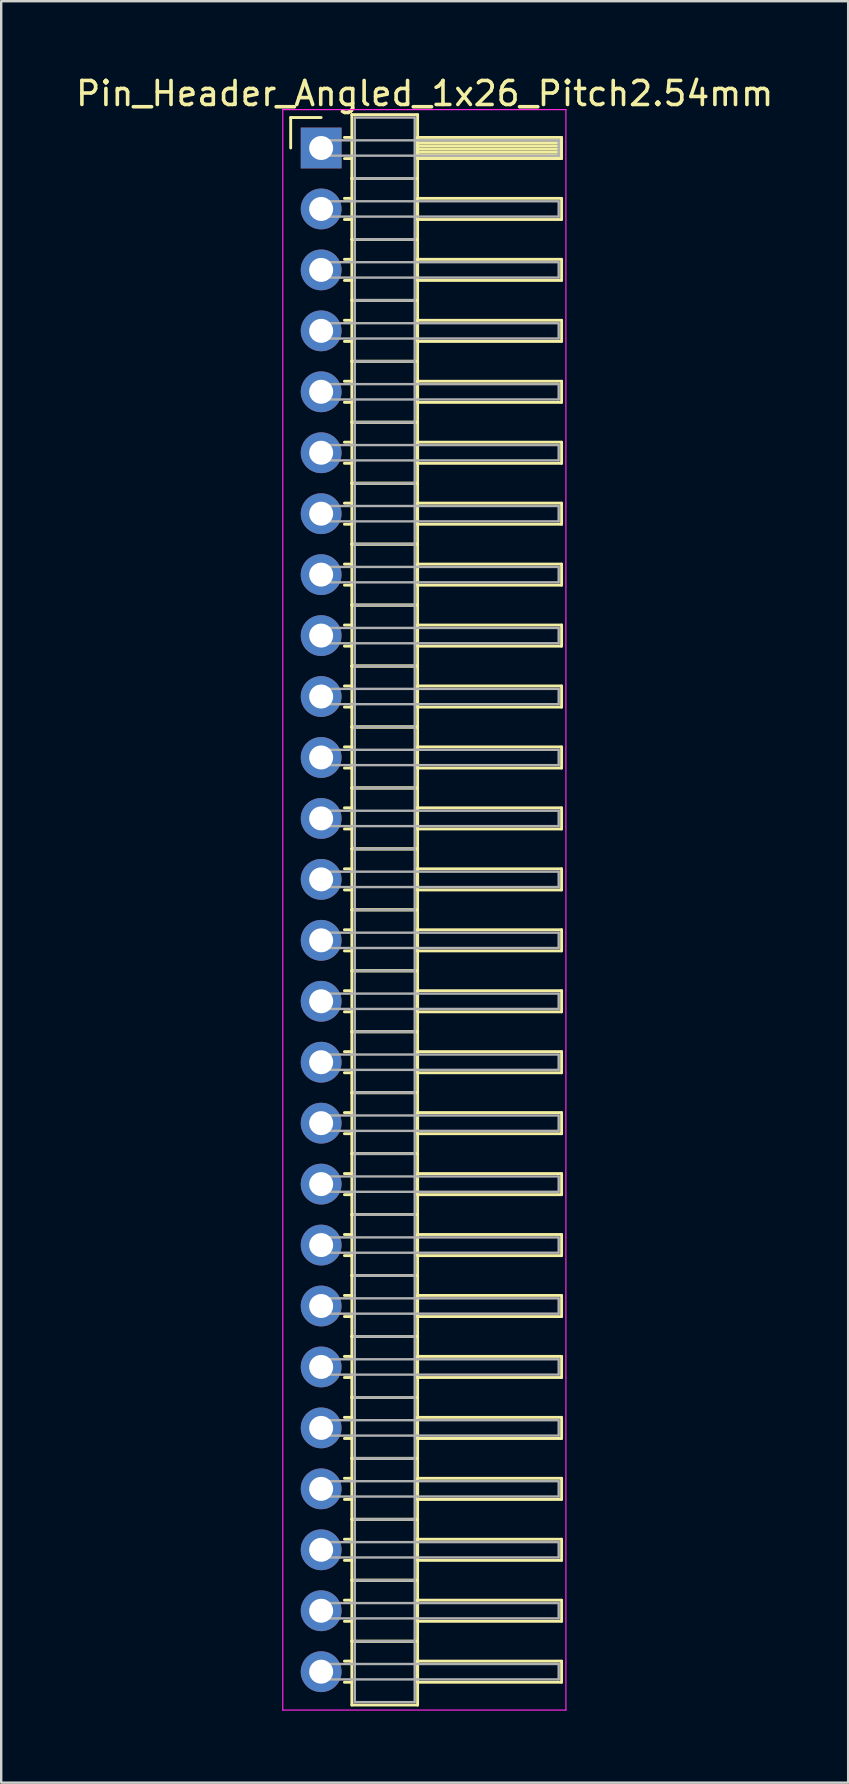
<source format=kicad_pcb>
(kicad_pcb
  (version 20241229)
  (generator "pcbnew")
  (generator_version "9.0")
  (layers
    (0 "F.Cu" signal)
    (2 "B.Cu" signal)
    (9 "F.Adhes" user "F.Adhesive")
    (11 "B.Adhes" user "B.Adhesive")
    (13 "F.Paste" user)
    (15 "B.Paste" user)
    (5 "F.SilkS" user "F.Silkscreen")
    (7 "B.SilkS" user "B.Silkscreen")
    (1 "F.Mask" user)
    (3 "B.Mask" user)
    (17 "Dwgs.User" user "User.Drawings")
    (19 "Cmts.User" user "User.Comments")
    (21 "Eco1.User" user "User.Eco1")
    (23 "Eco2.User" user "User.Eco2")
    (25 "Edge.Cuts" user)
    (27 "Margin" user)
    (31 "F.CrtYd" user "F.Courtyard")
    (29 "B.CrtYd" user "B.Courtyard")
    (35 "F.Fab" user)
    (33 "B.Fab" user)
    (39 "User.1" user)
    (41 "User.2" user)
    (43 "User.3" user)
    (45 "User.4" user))
  (footprint "Pin_Header_Angled_1x26_Pitch2.54mm"
    (layer "F.Cu")
    (at 10.334 3.118)
    (property "Reference" "Pin_Header_Angled_1x26_Pitch2.54mm" (at 4.315 -2.27 0) (layer "F.SilkS") (effects (font (size 1 1) (thickness 0.15))))
    (attr through_hole)
    (fp_line (start -1.27 -1.27) (end 0 -1.27) (stroke (width 0.12) (type solid)) (layer "F.SilkS"))
    (fp_line (start -1.27 0) (end -1.27 -1.27) (stroke (width 0.12) (type solid)) (layer "F.SilkS"))
    (fp_line (start 0.97 -0.44) (end 1.28 -0.44) (stroke (width 0.12) (type solid)) (layer "F.SilkS"))
    (fp_line (start 0.97 0.44) (end 1.28 0.44) (stroke (width 0.12) (type solid)) (layer "F.SilkS"))
    (fp_line (start 0.97 2.1) (end 1.28 2.1) (stroke (width 0.12) (type solid)) (layer "F.SilkS"))
    (fp_line (start 0.97 2.98) (end 1.28 2.98) (stroke (width 0.12) (type solid)) (layer "F.SilkS"))
    (fp_line (start 0.97 4.64) (end 1.28 4.64) (stroke (width 0.12) (type solid)) (layer "F.SilkS"))
    (fp_line (start 0.97 5.52) (end 1.28 5.52) (stroke (width 0.12) (type solid)) (layer "F.SilkS"))
    (fp_line (start 0.97 7.18) (end 1.28 7.18) (stroke (width 0.12) (type solid)) (layer "F.SilkS"))
    (fp_line (start 0.97 8.06) (end 1.28 8.06) (stroke (width 0.12) (type solid)) (layer "F.SilkS"))
    (fp_line (start 0.97 9.72) (end 1.28 9.72) (stroke (width 0.12) (type solid)) (layer "F.SilkS"))
    (fp_line (start 0.97 10.6) (end 1.28 10.6) (stroke (width 0.12) (type solid)) (layer "F.SilkS"))
    (fp_line (start 0.97 12.26) (end 1.28 12.26) (stroke (width 0.12) (type solid)) (layer "F.SilkS"))
    (fp_line (start 0.97 13.14) (end 1.28 13.14) (stroke (width 0.12) (type solid)) (layer "F.SilkS"))
    (fp_line (start 0.97 14.8) (end 1.28 14.8) (stroke (width 0.12) (type solid)) (layer "F.SilkS"))
    (fp_line (start 0.97 15.68) (end 1.28 15.68) (stroke (width 0.12) (type solid)) (layer "F.SilkS"))
    (fp_line (start 0.97 17.34) (end 1.28 17.34) (stroke (width 0.12) (type solid)) (layer "F.SilkS"))
    (fp_line (start 0.97 18.22) (end 1.28 18.22) (stroke (width 0.12) (type solid)) (layer "F.SilkS"))
    (fp_line (start 0.97 19.88) (end 1.28 19.88) (stroke (width 0.12) (type solid)) (layer "F.SilkS"))
    (fp_line (start 0.97 20.76) (end 1.28 20.76) (stroke (width 0.12) (type solid)) (layer "F.SilkS"))
    (fp_line (start 0.97 22.42) (end 1.28 22.42) (stroke (width 0.12) (type solid)) (layer "F.SilkS"))
    (fp_line (start 0.97 23.3) (end 1.28 23.3) (stroke (width 0.12) (type solid)) (layer "F.SilkS"))
    (fp_line (start 0.97 24.96) (end 1.28 24.96) (stroke (width 0.12) (type solid)) (layer "F.SilkS"))
    (fp_line (start 0.97 25.84) (end 1.28 25.84) (stroke (width 0.12) (type solid)) (layer "F.SilkS"))
    (fp_line (start 0.97 27.5) (end 1.28 27.5) (stroke (width 0.12) (type solid)) (layer "F.SilkS"))
    (fp_line (start 0.97 28.38) (end 1.28 28.38) (stroke (width 0.12) (type solid)) (layer "F.SilkS"))
    (fp_line (start 0.97 30.04) (end 1.28 30.04) (stroke (width 0.12) (type solid)) (layer "F.SilkS"))
    (fp_line (start 0.97 30.92) (end 1.28 30.92) (stroke (width 0.12) (type solid)) (layer "F.SilkS"))
    (fp_line (start 0.97 32.58) (end 1.28 32.58) (stroke (width 0.12) (type solid)) (layer "F.SilkS"))
    (fp_line (start 0.97 33.46) (end 1.28 33.46) (stroke (width 0.12) (type solid)) (layer "F.SilkS"))
    (fp_line (start 0.97 35.12) (end 1.28 35.12) (stroke (width 0.12) (type solid)) (layer "F.SilkS"))
    (fp_line (start 0.97 36) (end 1.28 36) (stroke (width 0.12) (type solid)) (layer "F.SilkS"))
    (fp_line (start 0.97 37.66) (end 1.28 37.66) (stroke (width 0.12) (type solid)) (layer "F.SilkS"))
    (fp_line (start 0.97 38.54) (end 1.28 38.54) (stroke (width 0.12) (type solid)) (layer "F.SilkS"))
    (fp_line (start 0.97 40.2) (end 1.28 40.2) (stroke (width 0.12) (type solid)) (layer "F.SilkS"))
    (fp_line (start 0.97 41.08) (end 1.28 41.08) (stroke (width 0.12) (type solid)) (layer "F.SilkS"))
    (fp_line (start 0.97 42.74) (end 1.28 42.74) (stroke (width 0.12) (type solid)) (layer "F.SilkS"))
    (fp_line (start 0.97 43.62) (end 1.28 43.62) (stroke (width 0.12) (type solid)) (layer "F.SilkS"))
    (fp_line (start 0.97 45.28) (end 1.28 45.28) (stroke (width 0.12) (type solid)) (layer "F.SilkS"))
    (fp_line (start 0.97 46.16) (end 1.28 46.16) (stroke (width 0.12) (type solid)) (layer "F.SilkS"))
    (fp_line (start 0.97 47.82) (end 1.28 47.82) (stroke (width 0.12) (type solid)) (layer "F.SilkS"))
    (fp_line (start 0.97 48.7) (end 1.28 48.7) (stroke (width 0.12) (type solid)) (layer "F.SilkS"))
    (fp_line (start 0.97 50.36) (end 1.28 50.36) (stroke (width 0.12) (type solid)) (layer "F.SilkS"))
    (fp_line (start 0.97 51.24) (end 1.28 51.24) (stroke (width 0.12) (type solid)) (layer "F.SilkS"))
    (fp_line (start 0.97 52.9) (end 1.28 52.9) (stroke (width 0.12) (type solid)) (layer "F.SilkS"))
    (fp_line (start 0.97 53.78) (end 1.28 53.78) (stroke (width 0.12) (type solid)) (layer "F.SilkS"))
    (fp_line (start 0.97 55.44) (end 1.28 55.44) (stroke (width 0.12) (type solid)) (layer "F.SilkS"))
    (fp_line (start 0.97 56.32) (end 1.28 56.32) (stroke (width 0.12) (type solid)) (layer "F.SilkS"))
    (fp_line (start 0.97 57.98) (end 1.28 57.98) (stroke (width 0.12) (type solid)) (layer "F.SilkS"))
    (fp_line (start 0.97 58.86) (end 1.28 58.86) (stroke (width 0.12) (type solid)) (layer "F.SilkS"))
    (fp_line (start 0.97 60.52) (end 1.28 60.52) (stroke (width 0.12) (type solid)) (layer "F.SilkS"))
    (fp_line (start 0.97 61.4) (end 1.28 61.4) (stroke (width 0.12) (type solid)) (layer "F.SilkS"))
    (fp_line (start 0.97 63.06) (end 1.28 63.06) (stroke (width 0.12) (type solid)) (layer "F.SilkS"))
    (fp_line (start 0.97 63.94) (end 1.28 63.94) (stroke (width 0.12) (type solid)) (layer "F.SilkS"))
    (fp_line (start 1.28 -1.39) (end 1.28 1.27) (stroke (width 0.12) (type solid)) (layer "F.SilkS"))
    (fp_line (start 1.28 1.27) (end 1.28 3.81) (stroke (width 0.12) (type solid)) (layer "F.SilkS"))
    (fp_line (start 1.28 1.27) (end 4.02 1.27) (stroke (width 0.12) (type solid)) (layer "F.SilkS"))
    (fp_line (start 1.28 3.81) (end 1.28 6.35) (stroke (width 0.12) (type solid)) (layer "F.SilkS"))
    (fp_line (start 1.28 3.81) (end 4.02 3.81) (stroke (width 0.12) (type solid)) (layer "F.SilkS"))
    (fp_line (start 1.28 6.35) (end 1.28 8.89) (stroke (width 0.12) (type solid)) (layer "F.SilkS"))
    (fp_line (start 1.28 6.35) (end 4.02 6.35) (stroke (width 0.12) (type solid)) (layer "F.SilkS"))
    (fp_line (start 1.28 8.89) (end 1.28 11.43) (stroke (width 0.12) (type solid)) (layer "F.SilkS"))
    (fp_line (start 1.28 8.89) (end 4.02 8.89) (stroke (width 0.12) (type solid)) (layer "F.SilkS"))
    (fp_line (start 1.28 11.43) (end 1.28 13.97) (stroke (width 0.12) (type solid)) (layer "F.SilkS"))
    (fp_line (start 1.28 11.43) (end 4.02 11.43) (stroke (width 0.12) (type solid)) (layer "F.SilkS"))
    (fp_line (start 1.28 13.97) (end 1.28 16.51) (stroke (width 0.12) (type solid)) (layer "F.SilkS"))
    (fp_line (start 1.28 13.97) (end 4.02 13.97) (stroke (width 0.12) (type solid)) (layer "F.SilkS"))
    (fp_line (start 1.28 16.51) (end 1.28 19.05) (stroke (width 0.12) (type solid)) (layer "F.SilkS"))
    (fp_line (start 1.28 16.51) (end 4.02 16.51) (stroke (width 0.12) (type solid)) (layer "F.SilkS"))
    (fp_line (start 1.28 19.05) (end 1.28 21.59) (stroke (width 0.12) (type solid)) (layer "F.SilkS"))
    (fp_line (start 1.28 19.05) (end 4.02 19.05) (stroke (width 0.12) (type solid)) (layer "F.SilkS"))
    (fp_line (start 1.28 21.59) (end 1.28 24.13) (stroke (width 0.12) (type solid)) (layer "F.SilkS"))
    (fp_line (start 1.28 21.59) (end 4.02 21.59) (stroke (width 0.12) (type solid)) (layer "F.SilkS"))
    (fp_line (start 1.28 24.13) (end 1.28 26.67) (stroke (width 0.12) (type solid)) (layer "F.SilkS"))
    (fp_line (start 1.28 24.13) (end 4.02 24.13) (stroke (width 0.12) (type solid)) (layer "F.SilkS"))
    (fp_line (start 1.28 26.67) (end 1.28 29.21) (stroke (width 0.12) (type solid)) (layer "F.SilkS"))
    (fp_line (start 1.28 26.67) (end 4.02 26.67) (stroke (width 0.12) (type solid)) (layer "F.SilkS"))
    (fp_line (start 1.28 29.21) (end 1.28 31.75) (stroke (width 0.12) (type solid)) (layer "F.SilkS"))
    (fp_line (start 1.28 29.21) (end 4.02 29.21) (stroke (width 0.12) (type solid)) (layer "F.SilkS"))
    (fp_line (start 1.28 31.75) (end 1.28 34.29) (stroke (width 0.12) (type solid)) (layer "F.SilkS"))
    (fp_line (start 1.28 31.75) (end 4.02 31.75) (stroke (width 0.12) (type solid)) (layer "F.SilkS"))
    (fp_line (start 1.28 34.29) (end 1.28 36.83) (stroke (width 0.12) (type solid)) (layer "F.SilkS"))
    (fp_line (start 1.28 34.29) (end 4.02 34.29) (stroke (width 0.12) (type solid)) (layer "F.SilkS"))
    (fp_line (start 1.28 36.83) (end 1.28 39.37) (stroke (width 0.12) (type solid)) (layer "F.SilkS"))
    (fp_line (start 1.28 36.83) (end 4.02 36.83) (stroke (width 0.12) (type solid)) (layer "F.SilkS"))
    (fp_line (start 1.28 39.37) (end 1.28 41.91) (stroke (width 0.12) (type solid)) (layer "F.SilkS"))
    (fp_line (start 1.28 39.37) (end 4.02 39.37) (stroke (width 0.12) (type solid)) (layer "F.SilkS"))
    (fp_line (start 1.28 41.91) (end 1.28 44.45) (stroke (width 0.12) (type solid)) (layer "F.SilkS"))
    (fp_line (start 1.28 41.91) (end 4.02 41.91) (stroke (width 0.12) (type solid)) (layer "F.SilkS"))
    (fp_line (start 1.28 44.45) (end 1.28 46.99) (stroke (width 0.12) (type solid)) (layer "F.SilkS"))
    (fp_line (start 1.28 44.45) (end 4.02 44.45) (stroke (width 0.12) (type solid)) (layer "F.SilkS"))
    (fp_line (start 1.28 46.99) (end 1.28 49.53) (stroke (width 0.12) (type solid)) (layer "F.SilkS"))
    (fp_line (start 1.28 46.99) (end 4.02 46.99) (stroke (width 0.12) (type solid)) (layer "F.SilkS"))
    (fp_line (start 1.28 49.53) (end 1.28 52.07) (stroke (width 0.12) (type solid)) (layer "F.SilkS"))
    (fp_line (start 1.28 49.53) (end 4.02 49.53) (stroke (width 0.12) (type solid)) (layer "F.SilkS"))
    (fp_line (start 1.28 52.07) (end 1.28 54.61) (stroke (width 0.12) (type solid)) (layer "F.SilkS"))
    (fp_line (start 1.28 52.07) (end 4.02 52.07) (stroke (width 0.12) (type solid)) (layer "F.SilkS"))
    (fp_line (start 1.28 54.61) (end 1.28 57.15) (stroke (width 0.12) (type solid)) (layer "F.SilkS"))
    (fp_line (start 1.28 54.61) (end 4.02 54.61) (stroke (width 0.12) (type solid)) (layer "F.SilkS"))
    (fp_line (start 1.28 57.15) (end 1.28 59.69) (stroke (width 0.12) (type solid)) (layer "F.SilkS"))
    (fp_line (start 1.28 57.15) (end 4.02 57.15) (stroke (width 0.12) (type solid)) (layer "F.SilkS"))
    (fp_line (start 1.28 59.69) (end 1.28 62.23) (stroke (width 0.12) (type solid)) (layer "F.SilkS"))
    (fp_line (start 1.28 59.69) (end 4.02 59.69) (stroke (width 0.12) (type solid)) (layer "F.SilkS"))
    (fp_line (start 1.28 62.23) (end 1.28 64.89) (stroke (width 0.12) (type solid)) (layer "F.SilkS"))
    (fp_line (start 1.28 62.23) (end 4.02 62.23) (stroke (width 0.12) (type solid)) (layer "F.SilkS"))
    (fp_line (start 1.28 64.89) (end 4.02 64.89) (stroke (width 0.12) (type solid)) (layer "F.SilkS"))
    (fp_line (start 4.02 -1.39) (end 1.28 -1.39) (stroke (width 0.12) (type solid)) (layer "F.SilkS"))
    (fp_line (start 4.02 -0.44) (end 4.02 0.44) (stroke (width 0.12) (type solid)) (layer "F.SilkS"))
    (fp_line (start 4.02 -0.32) (end 10.02 -0.32) (stroke (width 0.12) (type solid)) (layer "F.SilkS"))
    (fp_line (start 4.02 -0.2) (end 10.02 -0.2) (stroke (width 0.12) (type solid)) (layer "F.SilkS"))
    (fp_line (start 4.02 -0.08) (end 10.02 -0.08) (stroke (width 0.12) (type solid)) (layer "F.SilkS"))
    (fp_line (start 4.02 0.04) (end 10.02 0.04) (stroke (width 0.12) (type solid)) (layer "F.SilkS"))
    (fp_line (start 4.02 0.16) (end 10.02 0.16) (stroke (width 0.12) (type solid)) (layer "F.SilkS"))
    (fp_line (start 4.02 0.28) (end 10.02 0.28) (stroke (width 0.12) (type solid)) (layer "F.SilkS"))
    (fp_line (start 4.02 0.4) (end 10.02 0.4) (stroke (width 0.12) (type solid)) (layer "F.SilkS"))
    (fp_line (start 4.02 0.44) (end 10.02 0.44) (stroke (width 0.12) (type solid)) (layer "F.SilkS"))
    (fp_line (start 4.02 1.27) (end 1.28 1.27) (stroke (width 0.12) (type solid)) (layer "F.SilkS"))
    (fp_line (start 4.02 1.27) (end 4.02 -1.39) (stroke (width 0.12) (type solid)) (layer "F.SilkS"))
    (fp_line (start 4.02 2.1) (end 4.02 2.98) (stroke (width 0.12) (type solid)) (layer "F.SilkS"))
    (fp_line (start 4.02 2.98) (end 10.02 2.98) (stroke (width 0.12) (type solid)) (layer "F.SilkS"))
    (fp_line (start 4.02 3.81) (end 1.28 3.81) (stroke (width 0.12) (type solid)) (layer "F.SilkS"))
    (fp_line (start 4.02 3.81) (end 4.02 1.27) (stroke (width 0.12) (type solid)) (layer "F.SilkS"))
    (fp_line (start 4.02 4.64) (end 4.02 5.52) (stroke (width 0.12) (type solid)) (layer "F.SilkS"))
    (fp_line (start 4.02 5.52) (end 10.02 5.52) (stroke (width 0.12) (type solid)) (layer "F.SilkS"))
    (fp_line (start 4.02 6.35) (end 1.28 6.35) (stroke (width 0.12) (type solid)) (layer "F.SilkS"))
    (fp_line (start 4.02 6.35) (end 4.02 3.81) (stroke (width 0.12) (type solid)) (layer "F.SilkS"))
    (fp_line (start 4.02 7.18) (end 4.02 8.06) (stroke (width 0.12) (type solid)) (layer "F.SilkS"))
    (fp_line (start 4.02 8.06) (end 10.02 8.06) (stroke (width 0.12) (type solid)) (layer "F.SilkS"))
    (fp_line (start 4.02 8.89) (end 1.28 8.89) (stroke (width 0.12) (type solid)) (layer "F.SilkS"))
    (fp_line (start 4.02 8.89) (end 4.02 6.35) (stroke (width 0.12) (type solid)) (layer "F.SilkS"))
    (fp_line (start 4.02 9.72) (end 4.02 10.6) (stroke (width 0.12) (type solid)) (layer "F.SilkS"))
    (fp_line (start 4.02 10.6) (end 10.02 10.6) (stroke (width 0.12) (type solid)) (layer "F.SilkS"))
    (fp_line (start 4.02 11.43) (end 1.28 11.43) (stroke (width 0.12) (type solid)) (layer "F.SilkS"))
    (fp_line (start 4.02 11.43) (end 4.02 8.89) (stroke (width 0.12) (type solid)) (layer "F.SilkS"))
    (fp_line (start 4.02 12.26) (end 4.02 13.14) (stroke (width 0.12) (type solid)) (layer "F.SilkS"))
    (fp_line (start 4.02 13.14) (end 10.02 13.14) (stroke (width 0.12) (type solid)) (layer "F.SilkS"))
    (fp_line (start 4.02 13.97) (end 1.28 13.97) (stroke (width 0.12) (type solid)) (layer "F.SilkS"))
    (fp_line (start 4.02 13.97) (end 4.02 11.43) (stroke (width 0.12) (type solid)) (layer "F.SilkS"))
    (fp_line (start 4.02 14.8) (end 4.02 15.68) (stroke (width 0.12) (type solid)) (layer "F.SilkS"))
    (fp_line (start 4.02 15.68) (end 10.02 15.68) (stroke (width 0.12) (type solid)) (layer "F.SilkS"))
    (fp_line (start 4.02 16.51) (end 1.28 16.51) (stroke (width 0.12) (type solid)) (layer "F.SilkS"))
    (fp_line (start 4.02 16.51) (end 4.02 13.97) (stroke (width 0.12) (type solid)) (layer "F.SilkS"))
    (fp_line (start 4.02 17.34) (end 4.02 18.22) (stroke (width 0.12) (type solid)) (layer "F.SilkS"))
    (fp_line (start 4.02 18.22) (end 10.02 18.22) (stroke (width 0.12) (type solid)) (layer "F.SilkS"))
    (fp_line (start 4.02 19.05) (end 1.28 19.05) (stroke (width 0.12) (type solid)) (layer "F.SilkS"))
    (fp_line (start 4.02 19.05) (end 4.02 16.51) (stroke (width 0.12) (type solid)) (layer "F.SilkS"))
    (fp_line (start 4.02 19.88) (end 4.02 20.76) (stroke (width 0.12) (type solid)) (layer "F.SilkS"))
    (fp_line (start 4.02 20.76) (end 10.02 20.76) (stroke (width 0.12) (type solid)) (layer "F.SilkS"))
    (fp_line (start 4.02 21.59) (end 1.28 21.59) (stroke (width 0.12) (type solid)) (layer "F.SilkS"))
    (fp_line (start 4.02 21.59) (end 4.02 19.05) (stroke (width 0.12) (type solid)) (layer "F.SilkS"))
    (fp_line (start 4.02 22.42) (end 4.02 23.3) (stroke (width 0.12) (type solid)) (layer "F.SilkS"))
    (fp_line (start 4.02 23.3) (end 10.02 23.3) (stroke (width 0.12) (type solid)) (layer "F.SilkS"))
    (fp_line (start 4.02 24.13) (end 1.28 24.13) (stroke (width 0.12) (type solid)) (layer "F.SilkS"))
    (fp_line (start 4.02 24.13) (end 4.02 21.59) (stroke (width 0.12) (type solid)) (layer "F.SilkS"))
    (fp_line (start 4.02 24.96) (end 4.02 25.84) (stroke (width 0.12) (type solid)) (layer "F.SilkS"))
    (fp_line (start 4.02 25.84) (end 10.02 25.84) (stroke (width 0.12) (type solid)) (layer "F.SilkS"))
    (fp_line (start 4.02 26.67) (end 1.28 26.67) (stroke (width 0.12) (type solid)) (layer "F.SilkS"))
    (fp_line (start 4.02 26.67) (end 4.02 24.13) (stroke (width 0.12) (type solid)) (layer "F.SilkS"))
    (fp_line (start 4.02 27.5) (end 4.02 28.38) (stroke (width 0.12) (type solid)) (layer "F.SilkS"))
    (fp_line (start 4.02 28.38) (end 10.02 28.38) (stroke (width 0.12) (type solid)) (layer "F.SilkS"))
    (fp_line (start 4.02 29.21) (end 1.28 29.21) (stroke (width 0.12) (type solid)) (layer "F.SilkS"))
    (fp_line (start 4.02 29.21) (end 4.02 26.67) (stroke (width 0.12) (type solid)) (layer "F.SilkS"))
    (fp_line (start 4.02 30.04) (end 4.02 30.92) (stroke (width 0.12) (type solid)) (layer "F.SilkS"))
    (fp_line (start 4.02 30.92) (end 10.02 30.92) (stroke (width 0.12) (type solid)) (layer "F.SilkS"))
    (fp_line (start 4.02 31.75) (end 1.28 31.75) (stroke (width 0.12) (type solid)) (layer "F.SilkS"))
    (fp_line (start 4.02 31.75) (end 4.02 29.21) (stroke (width 0.12) (type solid)) (layer "F.SilkS"))
    (fp_line (start 4.02 32.58) (end 4.02 33.46) (stroke (width 0.12) (type solid)) (layer "F.SilkS"))
    (fp_line (start 4.02 33.46) (end 10.02 33.46) (stroke (width 0.12) (type solid)) (layer "F.SilkS"))
    (fp_line (start 4.02 34.29) (end 1.28 34.29) (stroke (width 0.12) (type solid)) (layer "F.SilkS"))
    (fp_line (start 4.02 34.29) (end 4.02 31.75) (stroke (width 0.12) (type solid)) (layer "F.SilkS"))
    (fp_line (start 4.02 35.12) (end 4.02 36) (stroke (width 0.12) (type solid)) (layer "F.SilkS"))
    (fp_line (start 4.02 36) (end 10.02 36) (stroke (width 0.12) (type solid)) (layer "F.SilkS"))
    (fp_line (start 4.02 36.83) (end 1.28 36.83) (stroke (width 0.12) (type solid)) (layer "F.SilkS"))
    (fp_line (start 4.02 36.83) (end 4.02 34.29) (stroke (width 0.12) (type solid)) (layer "F.SilkS"))
    (fp_line (start 4.02 37.66) (end 4.02 38.54) (stroke (width 0.12) (type solid)) (layer "F.SilkS"))
    (fp_line (start 4.02 38.54) (end 10.02 38.54) (stroke (width 0.12) (type solid)) (layer "F.SilkS"))
    (fp_line (start 4.02 39.37) (end 1.28 39.37) (stroke (width 0.12) (type solid)) (layer "F.SilkS"))
    (fp_line (start 4.02 39.37) (end 4.02 36.83) (stroke (width 0.12) (type solid)) (layer "F.SilkS"))
    (fp_line (start 4.02 40.2) (end 4.02 41.08) (stroke (width 0.12) (type solid)) (layer "F.SilkS"))
    (fp_line (start 4.02 41.08) (end 10.02 41.08) (stroke (width 0.12) (type solid)) (layer "F.SilkS"))
    (fp_line (start 4.02 41.91) (end 1.28 41.91) (stroke (width 0.12) (type solid)) (layer "F.SilkS"))
    (fp_line (start 4.02 41.91) (end 4.02 39.37) (stroke (width 0.12) (type solid)) (layer "F.SilkS"))
    (fp_line (start 4.02 42.74) (end 4.02 43.62) (stroke (width 0.12) (type solid)) (layer "F.SilkS"))
    (fp_line (start 4.02 43.62) (end 10.02 43.62) (stroke (width 0.12) (type solid)) (layer "F.SilkS"))
    (fp_line (start 4.02 44.45) (end 1.28 44.45) (stroke (width 0.12) (type solid)) (layer "F.SilkS"))
    (fp_line (start 4.02 44.45) (end 4.02 41.91) (stroke (width 0.12) (type solid)) (layer "F.SilkS"))
    (fp_line (start 4.02 45.28) (end 4.02 46.16) (stroke (width 0.12) (type solid)) (layer "F.SilkS"))
    (fp_line (start 4.02 46.16) (end 10.02 46.16) (stroke (width 0.12) (type solid)) (layer "F.SilkS"))
    (fp_line (start 4.02 46.99) (end 1.28 46.99) (stroke (width 0.12) (type solid)) (layer "F.SilkS"))
    (fp_line (start 4.02 46.99) (end 4.02 44.45) (stroke (width 0.12) (type solid)) (layer "F.SilkS"))
    (fp_line (start 4.02 47.82) (end 4.02 48.7) (stroke (width 0.12) (type solid)) (layer "F.SilkS"))
    (fp_line (start 4.02 48.7) (end 10.02 48.7) (stroke (width 0.12) (type solid)) (layer "F.SilkS"))
    (fp_line (start 4.02 49.53) (end 1.28 49.53) (stroke (width 0.12) (type solid)) (layer "F.SilkS"))
    (fp_line (start 4.02 49.53) (end 4.02 46.99) (stroke (width 0.12) (type solid)) (layer "F.SilkS"))
    (fp_line (start 4.02 50.36) (end 4.02 51.24) (stroke (width 0.12) (type solid)) (layer "F.SilkS"))
    (fp_line (start 4.02 51.24) (end 10.02 51.24) (stroke (width 0.12) (type solid)) (layer "F.SilkS"))
    (fp_line (start 4.02 52.07) (end 1.28 52.07) (stroke (width 0.12) (type solid)) (layer "F.SilkS"))
    (fp_line (start 4.02 52.07) (end 4.02 49.53) (stroke (width 0.12) (type solid)) (layer "F.SilkS"))
    (fp_line (start 4.02 52.9) (end 4.02 53.78) (stroke (width 0.12) (type solid)) (layer "F.SilkS"))
    (fp_line (start 4.02 53.78) (end 10.02 53.78) (stroke (width 0.12) (type solid)) (layer "F.SilkS"))
    (fp_line (start 4.02 54.61) (end 1.28 54.61) (stroke (width 0.12) (type solid)) (layer "F.SilkS"))
    (fp_line (start 4.02 54.61) (end 4.02 52.07) (stroke (width 0.12) (type solid)) (layer "F.SilkS"))
    (fp_line (start 4.02 55.44) (end 4.02 56.32) (stroke (width 0.12) (type solid)) (layer "F.SilkS"))
    (fp_line (start 4.02 56.32) (end 10.02 56.32) (stroke (width 0.12) (type solid)) (layer "F.SilkS"))
    (fp_line (start 4.02 57.15) (end 1.28 57.15) (stroke (width 0.12) (type solid)) (layer "F.SilkS"))
    (fp_line (start 4.02 57.15) (end 4.02 54.61) (stroke (width 0.12) (type solid)) (layer "F.SilkS"))
    (fp_line (start 4.02 57.98) (end 4.02 58.86) (stroke (width 0.12) (type solid)) (layer "F.SilkS"))
    (fp_line (start 4.02 58.86) (end 10.02 58.86) (stroke (width 0.12) (type solid)) (layer "F.SilkS"))
    (fp_line (start 4.02 59.69) (end 1.28 59.69) (stroke (width 0.12) (type solid)) (layer "F.SilkS"))
    (fp_line (start 4.02 59.69) (end 4.02 57.15) (stroke (width 0.12) (type solid)) (layer "F.SilkS"))
    (fp_line (start 4.02 60.52) (end 4.02 61.4) (stroke (width 0.12) (type solid)) (layer "F.SilkS"))
    (fp_line (start 4.02 61.4) (end 10.02 61.4) (stroke (width 0.12) (type solid)) (layer "F.SilkS"))
    (fp_line (start 4.02 62.23) (end 1.28 62.23) (stroke (width 0.12) (type solid)) (layer "F.SilkS"))
    (fp_line (start 4.02 62.23) (end 4.02 59.69) (stroke (width 0.12) (type solid)) (layer "F.SilkS"))
    (fp_line (start 4.02 63.06) (end 4.02 63.94) (stroke (width 0.12) (type solid)) (layer "F.SilkS"))
    (fp_line (start 4.02 63.94) (end 10.02 63.94) (stroke (width 0.12) (type solid)) (layer "F.SilkS"))
    (fp_line (start 4.02 64.89) (end 4.02 62.23) (stroke (width 0.12) (type solid)) (layer "F.SilkS"))
    (fp_line (start 10.02 -0.44) (end 4.02 -0.44) (stroke (width 0.12) (type solid)) (layer "F.SilkS"))
    (fp_line (start 10.02 0.44) (end 10.02 -0.44) (stroke (width 0.12) (type solid)) (layer "F.SilkS"))
    (fp_line (start 10.02 2.1) (end 4.02 2.1) (stroke (width 0.12) (type solid)) (layer "F.SilkS"))
    (fp_line (start 10.02 2.98) (end 10.02 2.1) (stroke (width 0.12) (type solid)) (layer "F.SilkS"))
    (fp_line (start 10.02 4.64) (end 4.02 4.64) (stroke (width 0.12) (type solid)) (layer "F.SilkS"))
    (fp_line (start 10.02 5.52) (end 10.02 4.64) (stroke (width 0.12) (type solid)) (layer "F.SilkS"))
    (fp_line (start 10.02 7.18) (end 4.02 7.18) (stroke (width 0.12) (type solid)) (layer "F.SilkS"))
    (fp_line (start 10.02 8.06) (end 10.02 7.18) (stroke (width 0.12) (type solid)) (layer "F.SilkS"))
    (fp_line (start 10.02 9.72) (end 4.02 9.72) (stroke (width 0.12) (type solid)) (layer "F.SilkS"))
    (fp_line (start 10.02 10.6) (end 10.02 9.72) (stroke (width 0.12) (type solid)) (layer "F.SilkS"))
    (fp_line (start 10.02 12.26) (end 4.02 12.26) (stroke (width 0.12) (type solid)) (layer "F.SilkS"))
    (fp_line (start 10.02 13.14) (end 10.02 12.26) (stroke (width 0.12) (type solid)) (layer "F.SilkS"))
    (fp_line (start 10.02 14.8) (end 4.02 14.8) (stroke (width 0.12) (type solid)) (layer "F.SilkS"))
    (fp_line (start 10.02 15.68) (end 10.02 14.8) (stroke (width 0.12) (type solid)) (layer "F.SilkS"))
    (fp_line (start 10.02 17.34) (end 4.02 17.34) (stroke (width 0.12) (type solid)) (layer "F.SilkS"))
    (fp_line (start 10.02 18.22) (end 10.02 17.34) (stroke (width 0.12) (type solid)) (layer "F.SilkS"))
    (fp_line (start 10.02 19.88) (end 4.02 19.88) (stroke (width 0.12) (type solid)) (layer "F.SilkS"))
    (fp_line (start 10.02 20.76) (end 10.02 19.88) (stroke (width 0.12) (type solid)) (layer "F.SilkS"))
    (fp_line (start 10.02 22.42) (end 4.02 22.42) (stroke (width 0.12) (type solid)) (layer "F.SilkS"))
    (fp_line (start 10.02 23.3) (end 10.02 22.42) (stroke (width 0.12) (type solid)) (layer "F.SilkS"))
    (fp_line (start 10.02 24.96) (end 4.02 24.96) (stroke (width 0.12) (type solid)) (layer "F.SilkS"))
    (fp_line (start 10.02 25.84) (end 10.02 24.96) (stroke (width 0.12) (type solid)) (layer "F.SilkS"))
    (fp_line (start 10.02 27.5) (end 4.02 27.5) (stroke (width 0.12) (type solid)) (layer "F.SilkS"))
    (fp_line (start 10.02 28.38) (end 10.02 27.5) (stroke (width 0.12) (type solid)) (layer "F.SilkS"))
    (fp_line (start 10.02 30.04) (end 4.02 30.04) (stroke (width 0.12) (type solid)) (layer "F.SilkS"))
    (fp_line (start 10.02 30.92) (end 10.02 30.04) (stroke (width 0.12) (type solid)) (layer "F.SilkS"))
    (fp_line (start 10.02 32.58) (end 4.02 32.58) (stroke (width 0.12) (type solid)) (layer "F.SilkS"))
    (fp_line (start 10.02 33.46) (end 10.02 32.58) (stroke (width 0.12) (type solid)) (layer "F.SilkS"))
    (fp_line (start 10.02 35.12) (end 4.02 35.12) (stroke (width 0.12) (type solid)) (layer "F.SilkS"))
    (fp_line (start 10.02 36) (end 10.02 35.12) (stroke (width 0.12) (type solid)) (layer "F.SilkS"))
    (fp_line (start 10.02 37.66) (end 4.02 37.66) (stroke (width 0.12) (type solid)) (layer "F.SilkS"))
    (fp_line (start 10.02 38.54) (end 10.02 37.66) (stroke (width 0.12) (type solid)) (layer "F.SilkS"))
    (fp_line (start 10.02 40.2) (end 4.02 40.2) (stroke (width 0.12) (type solid)) (layer "F.SilkS"))
    (fp_line (start 10.02 41.08) (end 10.02 40.2) (stroke (width 0.12) (type solid)) (layer "F.SilkS"))
    (fp_line (start 10.02 42.74) (end 4.02 42.74) (stroke (width 0.12) (type solid)) (layer "F.SilkS"))
    (fp_line (start 10.02 43.62) (end 10.02 42.74) (stroke (width 0.12) (type solid)) (layer "F.SilkS"))
    (fp_line (start 10.02 45.28) (end 4.02 45.28) (stroke (width 0.12) (type solid)) (layer "F.SilkS"))
    (fp_line (start 10.02 46.16) (end 10.02 45.28) (stroke (width 0.12) (type solid)) (layer "F.SilkS"))
    (fp_line (start 10.02 47.82) (end 4.02 47.82) (stroke (width 0.12) (type solid)) (layer "F.SilkS"))
    (fp_line (start 10.02 48.7) (end 10.02 47.82) (stroke (width 0.12) (type solid)) (layer "F.SilkS"))
    (fp_line (start 10.02 50.36) (end 4.02 50.36) (stroke (width 0.12) (type solid)) (layer "F.SilkS"))
    (fp_line (start 10.02 51.24) (end 10.02 50.36) (stroke (width 0.12) (type solid)) (layer "F.SilkS"))
    (fp_line (start 10.02 52.9) (end 4.02 52.9) (stroke (width 0.12) (type solid)) (layer "F.SilkS"))
    (fp_line (start 10.02 53.78) (end 10.02 52.9) (stroke (width 0.12) (type solid)) (layer "F.SilkS"))
    (fp_line (start 10.02 55.44) (end 4.02 55.44) (stroke (width 0.12) (type solid)) (layer "F.SilkS"))
    (fp_line (start 10.02 56.32) (end 10.02 55.44) (stroke (width 0.12) (type solid)) (layer "F.SilkS"))
    (fp_line (start 10.02 57.98) (end 4.02 57.98) (stroke (width 0.12) (type solid)) (layer "F.SilkS"))
    (fp_line (start 10.02 58.86) (end 10.02 57.98) (stroke (width 0.12) (type solid)) (layer "F.SilkS"))
    (fp_line (start 10.02 60.52) (end 4.02 60.52) (stroke (width 0.12) (type solid)) (layer "F.SilkS"))
    (fp_line (start 10.02 61.4) (end 10.02 60.52) (stroke (width 0.12) (type solid)) (layer "F.SilkS"))
    (fp_line (start 10.02 63.06) (end 4.02 63.06) (stroke (width 0.12) (type solid)) (layer "F.SilkS"))
    (fp_line (start 10.02 63.94) (end 10.02 63.06) (stroke (width 0.12) (type solid)) (layer "F.SilkS"))
    (fp_line (start -1.6 -1.6) (end -1.6 65.1) (stroke (width 0.05) (type solid)) (layer "F.CrtYd"))
    (fp_line (start -1.6 65.1) (end 10.2 65.1) (stroke (width 0.05) (type solid)) (layer "F.CrtYd"))
    (fp_line (start 10.2 -1.6) (end -1.6 -1.6) (stroke (width 0.05) (type solid)) (layer "F.CrtYd"))
    (fp_line (start 10.2 65.1) (end 10.2 -1.6) (stroke (width 0.05) (type solid)) (layer "F.CrtYd"))
    (fp_line (start 0 -0.32) (end 0 0.32) (stroke (width 0.1) (type solid)) (layer "F.Fab"))
    (fp_line (start 0 0.32) (end 9.9 0.32) (stroke (width 0.1) (type solid)) (layer "F.Fab"))
    (fp_line (start 0 2.22) (end 0 2.86) (stroke (width 0.1) (type solid)) (layer "F.Fab"))
    (fp_line (start 0 2.86) (end 9.9 2.86) (stroke (width 0.1) (type solid)) (layer "F.Fab"))
    (fp_line (start 0 4.76) (end 0 5.4) (stroke (width 0.1) (type solid)) (layer "F.Fab"))
    (fp_line (start 0 5.4) (end 9.9 5.4) (stroke (width 0.1) (type solid)) (layer "F.Fab"))
    (fp_line (start 0 7.3) (end 0 7.94) (stroke (width 0.1) (type solid)) (layer "F.Fab"))
    (fp_line (start 0 7.94) (end 9.9 7.94) (stroke (width 0.1) (type solid)) (layer "F.Fab"))
    (fp_line (start 0 9.84) (end 0 10.48) (stroke (width 0.1) (type solid)) (layer "F.Fab"))
    (fp_line (start 0 10.48) (end 9.9 10.48) (stroke (width 0.1) (type solid)) (layer "F.Fab"))
    (fp_line (start 0 12.38) (end 0 13.02) (stroke (width 0.1) (type solid)) (layer "F.Fab"))
    (fp_line (start 0 13.02) (end 9.9 13.02) (stroke (width 0.1) (type solid)) (layer "F.Fab"))
    (fp_line (start 0 14.92) (end 0 15.56) (stroke (width 0.1) (type solid)) (layer "F.Fab"))
    (fp_line (start 0 15.56) (end 9.9 15.56) (stroke (width 0.1) (type solid)) (layer "F.Fab"))
    (fp_line (start 0 17.46) (end 0 18.1) (stroke (width 0.1) (type solid)) (layer "F.Fab"))
    (fp_line (start 0 18.1) (end 9.9 18.1) (stroke (width 0.1) (type solid)) (layer "F.Fab"))
    (fp_line (start 0 20) (end 0 20.64) (stroke (width 0.1) (type solid)) (layer "F.Fab"))
    (fp_line (start 0 20.64) (end 9.9 20.64) (stroke (width 0.1) (type solid)) (layer "F.Fab"))
    (fp_line (start 0 22.54) (end 0 23.18) (stroke (width 0.1) (type solid)) (layer "F.Fab"))
    (fp_line (start 0 23.18) (end 9.9 23.18) (stroke (width 0.1) (type solid)) (layer "F.Fab"))
    (fp_line (start 0 25.08) (end 0 25.72) (stroke (width 0.1) (type solid)) (layer "F.Fab"))
    (fp_line (start 0 25.72) (end 9.9 25.72) (stroke (width 0.1) (type solid)) (layer "F.Fab"))
    (fp_line (start 0 27.62) (end 0 28.26) (stroke (width 0.1) (type solid)) (layer "F.Fab"))
    (fp_line (start 0 28.26) (end 9.9 28.26) (stroke (width 0.1) (type solid)) (layer "F.Fab"))
    (fp_line (start 0 30.16) (end 0 30.8) (stroke (width 0.1) (type solid)) (layer "F.Fab"))
    (fp_line (start 0 30.8) (end 9.9 30.8) (stroke (width 0.1) (type solid)) (layer "F.Fab"))
    (fp_line (start 0 32.7) (end 0 33.34) (stroke (width 0.1) (type solid)) (layer "F.Fab"))
    (fp_line (start 0 33.34) (end 9.9 33.34) (stroke (width 0.1) (type solid)) (layer "F.Fab"))
    (fp_line (start 0 35.24) (end 0 35.88) (stroke (width 0.1) (type solid)) (layer "F.Fab"))
    (fp_line (start 0 35.88) (end 9.9 35.88) (stroke (width 0.1) (type solid)) (layer "F.Fab"))
    (fp_line (start 0 37.78) (end 0 38.42) (stroke (width 0.1) (type solid)) (layer "F.Fab"))
    (fp_line (start 0 38.42) (end 9.9 38.42) (stroke (width 0.1) (type solid)) (layer "F.Fab"))
    (fp_line (start 0 40.32) (end 0 40.96) (stroke (width 0.1) (type solid)) (layer "F.Fab"))
    (fp_line (start 0 40.96) (end 9.9 40.96) (stroke (width 0.1) (type solid)) (layer "F.Fab"))
    (fp_line (start 0 42.86) (end 0 43.5) (stroke (width 0.1) (type solid)) (layer "F.Fab"))
    (fp_line (start 0 43.5) (end 9.9 43.5) (stroke (width 0.1) (type solid)) (layer "F.Fab"))
    (fp_line (start 0 45.4) (end 0 46.04) (stroke (width 0.1) (type solid)) (layer "F.Fab"))
    (fp_line (start 0 46.04) (end 9.9 46.04) (stroke (width 0.1) (type solid)) (layer "F.Fab"))
    (fp_line (start 0 47.94) (end 0 48.58) (stroke (width 0.1) (type solid)) (layer "F.Fab"))
    (fp_line (start 0 48.58) (end 9.9 48.58) (stroke (width 0.1) (type solid)) (layer "F.Fab"))
    (fp_line (start 0 50.48) (end 0 51.12) (stroke (width 0.1) (type solid)) (layer "F.Fab"))
    (fp_line (start 0 51.12) (end 9.9 51.12) (stroke (width 0.1) (type solid)) (layer "F.Fab"))
    (fp_line (start 0 53.02) (end 0 53.66) (stroke (width 0.1) (type solid)) (layer "F.Fab"))
    (fp_line (start 0 53.66) (end 9.9 53.66) (stroke (width 0.1) (type solid)) (layer "F.Fab"))
    (fp_line (start 0 55.56) (end 0 56.2) (stroke (width 0.1) (type solid)) (layer "F.Fab"))
    (fp_line (start 0 56.2) (end 9.9 56.2) (stroke (width 0.1) (type solid)) (layer "F.Fab"))
    (fp_line (start 0 58.1) (end 0 58.74) (stroke (width 0.1) (type solid)) (layer "F.Fab"))
    (fp_line (start 0 58.74) (end 9.9 58.74) (stroke (width 0.1) (type solid)) (layer "F.Fab"))
    (fp_line (start 0 60.64) (end 0 61.28) (stroke (width 0.1) (type solid)) (layer "F.Fab"))
    (fp_line (start 0 61.28) (end 9.9 61.28) (stroke (width 0.1) (type solid)) (layer "F.Fab"))
    (fp_line (start 0 63.18) (end 0 63.82) (stroke (width 0.1) (type solid)) (layer "F.Fab"))
    (fp_line (start 0 63.82) (end 9.9 63.82) (stroke (width 0.1) (type solid)) (layer "F.Fab"))
    (fp_line (start 1.4 -1.27) (end 1.4 1.27) (stroke (width 0.1) (type solid)) (layer "F.Fab"))
    (fp_line (start 1.4 1.27) (end 1.4 3.81) (stroke (width 0.1) (type solid)) (layer "F.Fab"))
    (fp_line (start 1.4 1.27) (end 3.9 1.27) (stroke (width 0.1) (type solid)) (layer "F.Fab"))
    (fp_line (start 1.4 3.81) (end 1.4 6.35) (stroke (width 0.1) (type solid)) (layer "F.Fab"))
    (fp_line (start 1.4 3.81) (end 3.9 3.81) (stroke (width 0.1) (type solid)) (layer "F.Fab"))
    (fp_line (start 1.4 6.35) (end 1.4 8.89) (stroke (width 0.1) (type solid)) (layer "F.Fab"))
    (fp_line (start 1.4 6.35) (end 3.9 6.35) (stroke (width 0.1) (type solid)) (layer "F.Fab"))
    (fp_line (start 1.4 8.89) (end 1.4 11.43) (stroke (width 0.1) (type solid)) (layer "F.Fab"))
    (fp_line (start 1.4 8.89) (end 3.9 8.89) (stroke (width 0.1) (type solid)) (layer "F.Fab"))
    (fp_line (start 1.4 11.43) (end 1.4 13.97) (stroke (width 0.1) (type solid)) (layer "F.Fab"))
    (fp_line (start 1.4 11.43) (end 3.9 11.43) (stroke (width 0.1) (type solid)) (layer "F.Fab"))
    (fp_line (start 1.4 13.97) (end 1.4 16.51) (stroke (width 0.1) (type solid)) (layer "F.Fab"))
    (fp_line (start 1.4 13.97) (end 3.9 13.97) (stroke (width 0.1) (type solid)) (layer "F.Fab"))
    (fp_line (start 1.4 16.51) (end 1.4 19.05) (stroke (width 0.1) (type solid)) (layer "F.Fab"))
    (fp_line (start 1.4 16.51) (end 3.9 16.51) (stroke (width 0.1) (type solid)) (layer "F.Fab"))
    (fp_line (start 1.4 19.05) (end 1.4 21.59) (stroke (width 0.1) (type solid)) (layer "F.Fab"))
    (fp_line (start 1.4 19.05) (end 3.9 19.05) (stroke (width 0.1) (type solid)) (layer "F.Fab"))
    (fp_line (start 1.4 21.59) (end 1.4 24.13) (stroke (width 0.1) (type solid)) (layer "F.Fab"))
    (fp_line (start 1.4 21.59) (end 3.9 21.59) (stroke (width 0.1) (type solid)) (layer "F.Fab"))
    (fp_line (start 1.4 24.13) (end 1.4 26.67) (stroke (width 0.1) (type solid)) (layer "F.Fab"))
    (fp_line (start 1.4 24.13) (end 3.9 24.13) (stroke (width 0.1) (type solid)) (layer "F.Fab"))
    (fp_line (start 1.4 26.67) (end 1.4 29.21) (stroke (width 0.1) (type solid)) (layer "F.Fab"))
    (fp_line (start 1.4 26.67) (end 3.9 26.67) (stroke (width 0.1) (type solid)) (layer "F.Fab"))
    (fp_line (start 1.4 29.21) (end 1.4 31.75) (stroke (width 0.1) (type solid)) (layer "F.Fab"))
    (fp_line (start 1.4 29.21) (end 3.9 29.21) (stroke (width 0.1) (type solid)) (layer "F.Fab"))
    (fp_line (start 1.4 31.75) (end 1.4 34.29) (stroke (width 0.1) (type solid)) (layer "F.Fab"))
    (fp_line (start 1.4 31.75) (end 3.9 31.75) (stroke (width 0.1) (type solid)) (layer "F.Fab"))
    (fp_line (start 1.4 34.29) (end 1.4 36.83) (stroke (width 0.1) (type solid)) (layer "F.Fab"))
    (fp_line (start 1.4 34.29) (end 3.9 34.29) (stroke (width 0.1) (type solid)) (layer "F.Fab"))
    (fp_line (start 1.4 36.83) (end 1.4 39.37) (stroke (width 0.1) (type solid)) (layer "F.Fab"))
    (fp_line (start 1.4 36.83) (end 3.9 36.83) (stroke (width 0.1) (type solid)) (layer "F.Fab"))
    (fp_line (start 1.4 39.37) (end 1.4 41.91) (stroke (width 0.1) (type solid)) (layer "F.Fab"))
    (fp_line (start 1.4 39.37) (end 3.9 39.37) (stroke (width 0.1) (type solid)) (layer "F.Fab"))
    (fp_line (start 1.4 41.91) (end 1.4 44.45) (stroke (width 0.1) (type solid)) (layer "F.Fab"))
    (fp_line (start 1.4 41.91) (end 3.9 41.91) (stroke (width 0.1) (type solid)) (layer "F.Fab"))
    (fp_line (start 1.4 44.45) (end 1.4 46.99) (stroke (width 0.1) (type solid)) (layer "F.Fab"))
    (fp_line (start 1.4 44.45) (end 3.9 44.45) (stroke (width 0.1) (type solid)) (layer "F.Fab"))
    (fp_line (start 1.4 46.99) (end 1.4 49.53) (stroke (width 0.1) (type solid)) (layer "F.Fab"))
    (fp_line (start 1.4 46.99) (end 3.9 46.99) (stroke (width 0.1) (type solid)) (layer "F.Fab"))
    (fp_line (start 1.4 49.53) (end 1.4 52.07) (stroke (width 0.1) (type solid)) (layer "F.Fab"))
    (fp_line (start 1.4 49.53) (end 3.9 49.53) (stroke (width 0.1) (type solid)) (layer "F.Fab"))
    (fp_line (start 1.4 52.07) (end 1.4 54.61) (stroke (width 0.1) (type solid)) (layer "F.Fab"))
    (fp_line (start 1.4 52.07) (end 3.9 52.07) (stroke (width 0.1) (type solid)) (layer "F.Fab"))
    (fp_line (start 1.4 54.61) (end 1.4 57.15) (stroke (width 0.1) (type solid)) (layer "F.Fab"))
    (fp_line (start 1.4 54.61) (end 3.9 54.61) (stroke (width 0.1) (type solid)) (layer "F.Fab"))
    (fp_line (start 1.4 57.15) (end 1.4 59.69) (stroke (width 0.1) (type solid)) (layer "F.Fab"))
    (fp_line (start 1.4 57.15) (end 3.9 57.15) (stroke (width 0.1) (type solid)) (layer "F.Fab"))
    (fp_line (start 1.4 59.69) (end 1.4 62.23) (stroke (width 0.1) (type solid)) (layer "F.Fab"))
    (fp_line (start 1.4 59.69) (end 3.9 59.69) (stroke (width 0.1) (type solid)) (layer "F.Fab"))
    (fp_line (start 1.4 62.23) (end 1.4 64.77) (stroke (width 0.1) (type solid)) (layer "F.Fab"))
    (fp_line (start 1.4 62.23) (end 3.9 62.23) (stroke (width 0.1) (type solid)) (layer "F.Fab"))
    (fp_line (start 1.4 64.77) (end 3.9 64.77) (stroke (width 0.1) (type solid)) (layer "F.Fab"))
    (fp_line (start 3.9 -1.27) (end 1.4 -1.27) (stroke (width 0.1) (type solid)) (layer "F.Fab"))
    (fp_line (start 3.9 1.27) (end 1.4 1.27) (stroke (width 0.1) (type solid)) (layer "F.Fab"))
    (fp_line (start 3.9 1.27) (end 3.9 -1.27) (stroke (width 0.1) (type solid)) (layer "F.Fab"))
    (fp_line (start 3.9 3.81) (end 1.4 3.81) (stroke (width 0.1) (type solid)) (layer "F.Fab"))
    (fp_line (start 3.9 3.81) (end 3.9 1.27) (stroke (width 0.1) (type solid)) (layer "F.Fab"))
    (fp_line (start 3.9 6.35) (end 1.4 6.35) (stroke (width 0.1) (type solid)) (layer "F.Fab"))
    (fp_line (start 3.9 6.35) (end 3.9 3.81) (stroke (width 0.1) (type solid)) (layer "F.Fab"))
    (fp_line (start 3.9 8.89) (end 1.4 8.89) (stroke (width 0.1) (type solid)) (layer "F.Fab"))
    (fp_line (start 3.9 8.89) (end 3.9 6.35) (stroke (width 0.1) (type solid)) (layer "F.Fab"))
    (fp_line (start 3.9 11.43) (end 1.4 11.43) (stroke (width 0.1) (type solid)) (layer "F.Fab"))
    (fp_line (start 3.9 11.43) (end 3.9 8.89) (stroke (width 0.1) (type solid)) (layer "F.Fab"))
    (fp_line (start 3.9 13.97) (end 1.4 13.97) (stroke (width 0.1) (type solid)) (layer "F.Fab"))
    (fp_line (start 3.9 13.97) (end 3.9 11.43) (stroke (width 0.1) (type solid)) (layer "F.Fab"))
    (fp_line (start 3.9 16.51) (end 1.4 16.51) (stroke (width 0.1) (type solid)) (layer "F.Fab"))
    (fp_line (start 3.9 16.51) (end 3.9 13.97) (stroke (width 0.1) (type solid)) (layer "F.Fab"))
    (fp_line (start 3.9 19.05) (end 1.4 19.05) (stroke (width 0.1) (type solid)) (layer "F.Fab"))
    (fp_line (start 3.9 19.05) (end 3.9 16.51) (stroke (width 0.1) (type solid)) (layer "F.Fab"))
    (fp_line (start 3.9 21.59) (end 1.4 21.59) (stroke (width 0.1) (type solid)) (layer "F.Fab"))
    (fp_line (start 3.9 21.59) (end 3.9 19.05) (stroke (width 0.1) (type solid)) (layer "F.Fab"))
    (fp_line (start 3.9 24.13) (end 1.4 24.13) (stroke (width 0.1) (type solid)) (layer "F.Fab"))
    (fp_line (start 3.9 24.13) (end 3.9 21.59) (stroke (width 0.1) (type solid)) (layer "F.Fab"))
    (fp_line (start 3.9 26.67) (end 1.4 26.67) (stroke (width 0.1) (type solid)) (layer "F.Fab"))
    (fp_line (start 3.9 26.67) (end 3.9 24.13) (stroke (width 0.1) (type solid)) (layer "F.Fab"))
    (fp_line (start 3.9 29.21) (end 1.4 29.21) (stroke (width 0.1) (type solid)) (layer "F.Fab"))
    (fp_line (start 3.9 29.21) (end 3.9 26.67) (stroke (width 0.1) (type solid)) (layer "F.Fab"))
    (fp_line (start 3.9 31.75) (end 1.4 31.75) (stroke (width 0.1) (type solid)) (layer "F.Fab"))
    (fp_line (start 3.9 31.75) (end 3.9 29.21) (stroke (width 0.1) (type solid)) (layer "F.Fab"))
    (fp_line (start 3.9 34.29) (end 1.4 34.29) (stroke (width 0.1) (type solid)) (layer "F.Fab"))
    (fp_line (start 3.9 34.29) (end 3.9 31.75) (stroke (width 0.1) (type solid)) (layer "F.Fab"))
    (fp_line (start 3.9 36.83) (end 1.4 36.83) (stroke (width 0.1) (type solid)) (layer "F.Fab"))
    (fp_line (start 3.9 36.83) (end 3.9 34.29) (stroke (width 0.1) (type solid)) (layer "F.Fab"))
    (fp_line (start 3.9 39.37) (end 1.4 39.37) (stroke (width 0.1) (type solid)) (layer "F.Fab"))
    (fp_line (start 3.9 39.37) (end 3.9 36.83) (stroke (width 0.1) (type solid)) (layer "F.Fab"))
    (fp_line (start 3.9 41.91) (end 1.4 41.91) (stroke (width 0.1) (type solid)) (layer "F.Fab"))
    (fp_line (start 3.9 41.91) (end 3.9 39.37) (stroke (width 0.1) (type solid)) (layer "F.Fab"))
    (fp_line (start 3.9 44.45) (end 1.4 44.45) (stroke (width 0.1) (type solid)) (layer "F.Fab"))
    (fp_line (start 3.9 44.45) (end 3.9 41.91) (stroke (width 0.1) (type solid)) (layer "F.Fab"))
    (fp_line (start 3.9 46.99) (end 1.4 46.99) (stroke (width 0.1) (type solid)) (layer "F.Fab"))
    (fp_line (start 3.9 46.99) (end 3.9 44.45) (stroke (width 0.1) (type solid)) (layer "F.Fab"))
    (fp_line (start 3.9 49.53) (end 1.4 49.53) (stroke (width 0.1) (type solid)) (layer "F.Fab"))
    (fp_line (start 3.9 49.53) (end 3.9 46.99) (stroke (width 0.1) (type solid)) (layer "F.Fab"))
    (fp_line (start 3.9 52.07) (end 1.4 52.07) (stroke (width 0.1) (type solid)) (layer "F.Fab"))
    (fp_line (start 3.9 52.07) (end 3.9 49.53) (stroke (width 0.1) (type solid)) (layer "F.Fab"))
    (fp_line (start 3.9 54.61) (end 1.4 54.61) (stroke (width 0.1) (type solid)) (layer "F.Fab"))
    (fp_line (start 3.9 54.61) (end 3.9 52.07) (stroke (width 0.1) (type solid)) (layer "F.Fab"))
    (fp_line (start 3.9 57.15) (end 1.4 57.15) (stroke (width 0.1) (type solid)) (layer "F.Fab"))
    (fp_line (start 3.9 57.15) (end 3.9 54.61) (stroke (width 0.1) (type solid)) (layer "F.Fab"))
    (fp_line (start 3.9 59.69) (end 1.4 59.69) (stroke (width 0.1) (type solid)) (layer "F.Fab"))
    (fp_line (start 3.9 59.69) (end 3.9 57.15) (stroke (width 0.1) (type solid)) (layer "F.Fab"))
    (fp_line (start 3.9 62.23) (end 1.4 62.23) (stroke (width 0.1) (type solid)) (layer "F.Fab"))
    (fp_line (start 3.9 62.23) (end 3.9 59.69) (stroke (width 0.1) (type solid)) (layer "F.Fab"))
    (fp_line (start 3.9 64.77) (end 3.9 62.23) (stroke (width 0.1) (type solid)) (layer "F.Fab"))
    (fp_line (start 9.9 -0.32) (end 0 -0.32) (stroke (width 0.1) (type solid)) (layer "F.Fab"))
    (fp_line (start 9.9 0.32) (end 9.9 -0.32) (stroke (width 0.1) (type solid)) (layer "F.Fab"))
    (fp_line (start 9.9 2.22) (end 0 2.22) (stroke (width 0.1) (type solid)) (layer "F.Fab"))
    (fp_line (start 9.9 2.86) (end 9.9 2.22) (stroke (width 0.1) (type solid)) (layer "F.Fab"))
    (fp_line (start 9.9 4.76) (end 0 4.76) (stroke (width 0.1) (type solid)) (layer "F.Fab"))
    (fp_line (start 9.9 5.4) (end 9.9 4.76) (stroke (width 0.1) (type solid)) (layer "F.Fab"))
    (fp_line (start 9.9 7.3) (end 0 7.3) (stroke (width 0.1) (type solid)) (layer "F.Fab"))
    (fp_line (start 9.9 7.94) (end 9.9 7.3) (stroke (width 0.1) (type solid)) (layer "F.Fab"))
    (fp_line (start 9.9 9.84) (end 0 9.84) (stroke (width 0.1) (type solid)) (layer "F.Fab"))
    (fp_line (start 9.9 10.48) (end 9.9 9.84) (stroke (width 0.1) (type solid)) (layer "F.Fab"))
    (fp_line (start 9.9 12.38) (end 0 12.38) (stroke (width 0.1) (type solid)) (layer "F.Fab"))
    (fp_line (start 9.9 13.02) (end 9.9 12.38) (stroke (width 0.1) (type solid)) (layer "F.Fab"))
    (fp_line (start 9.9 14.92) (end 0 14.92) (stroke (width 0.1) (type solid)) (layer "F.Fab"))
    (fp_line (start 9.9 15.56) (end 9.9 14.92) (stroke (width 0.1) (type solid)) (layer "F.Fab"))
    (fp_line (start 9.9 17.46) (end 0 17.46) (stroke (width 0.1) (type solid)) (layer "F.Fab"))
    (fp_line (start 9.9 18.1) (end 9.9 17.46) (stroke (width 0.1) (type solid)) (layer "F.Fab"))
    (fp_line (start 9.9 20) (end 0 20) (stroke (width 0.1) (type solid)) (layer "F.Fab"))
    (fp_line (start 9.9 20.64) (end 9.9 20) (stroke (width 0.1) (type solid)) (layer "F.Fab"))
    (fp_line (start 9.9 22.54) (end 0 22.54) (stroke (width 0.1) (type solid)) (layer "F.Fab"))
    (fp_line (start 9.9 23.18) (end 9.9 22.54) (stroke (width 0.1) (type solid)) (layer "F.Fab"))
    (fp_line (start 9.9 25.08) (end 0 25.08) (stroke (width 0.1) (type solid)) (layer "F.Fab"))
    (fp_line (start 9.9 25.72) (end 9.9 25.08) (stroke (width 0.1) (type solid)) (layer "F.Fab"))
    (fp_line (start 9.9 27.62) (end 0 27.62) (stroke (width 0.1) (type solid)) (layer "F.Fab"))
    (fp_line (start 9.9 28.26) (end 9.9 27.62) (stroke (width 0.1) (type solid)) (layer "F.Fab"))
    (fp_line (start 9.9 30.16) (end 0 30.16) (stroke (width 0.1) (type solid)) (layer "F.Fab"))
    (fp_line (start 9.9 30.8) (end 9.9 30.16) (stroke (width 0.1) (type solid)) (layer "F.Fab"))
    (fp_line (start 9.9 32.7) (end 0 32.7) (stroke (width 0.1) (type solid)) (layer "F.Fab"))
    (fp_line (start 9.9 33.34) (end 9.9 32.7) (stroke (width 0.1) (type solid)) (layer "F.Fab"))
    (fp_line (start 9.9 35.24) (end 0 35.24) (stroke (width 0.1) (type solid)) (layer "F.Fab"))
    (fp_line (start 9.9 35.88) (end 9.9 35.24) (stroke (width 0.1) (type solid)) (layer "F.Fab"))
    (fp_line (start 9.9 37.78) (end 0 37.78) (stroke (width 0.1) (type solid)) (layer "F.Fab"))
    (fp_line (start 9.9 38.42) (end 9.9 37.78) (stroke (width 0.1) (type solid)) (layer "F.Fab"))
    (fp_line (start 9.9 40.32) (end 0 40.32) (stroke (width 0.1) (type solid)) (layer "F.Fab"))
    (fp_line (start 9.9 40.96) (end 9.9 40.32) (stroke (width 0.1) (type solid)) (layer "F.Fab"))
    (fp_line (start 9.9 42.86) (end 0 42.86) (stroke (width 0.1) (type solid)) (layer "F.Fab"))
    (fp_line (start 9.9 43.5) (end 9.9 42.86) (stroke (width 0.1) (type solid)) (layer "F.Fab"))
    (fp_line (start 9.9 45.4) (end 0 45.4) (stroke (width 0.1) (type solid)) (layer "F.Fab"))
    (fp_line (start 9.9 46.04) (end 9.9 45.4) (stroke (width 0.1) (type solid)) (layer "F.Fab"))
    (fp_line (start 9.9 47.94) (end 0 47.94) (stroke (width 0.1) (type solid)) (layer "F.Fab"))
    (fp_line (start 9.9 48.58) (end 9.9 47.94) (stroke (width 0.1) (type solid)) (layer "F.Fab"))
    (fp_line (start 9.9 50.48) (end 0 50.48) (stroke (width 0.1) (type solid)) (layer "F.Fab"))
    (fp_line (start 9.9 51.12) (end 9.9 50.48) (stroke (width 0.1) (type solid)) (layer "F.Fab"))
    (fp_line (start 9.9 53.02) (end 0 53.02) (stroke (width 0.1) (type solid)) (layer "F.Fab"))
    (fp_line (start 9.9 53.66) (end 9.9 53.02) (stroke (width 0.1) (type solid)) (layer "F.Fab"))
    (fp_line (start 9.9 55.56) (end 0 55.56) (stroke (width 0.1) (type solid)) (layer "F.Fab"))
    (fp_line (start 9.9 56.2) (end 9.9 55.56) (stroke (width 0.1) (type solid)) (layer "F.Fab"))
    (fp_line (start 9.9 58.1) (end 0 58.1) (stroke (width 0.1) (type solid)) (layer "F.Fab"))
    (fp_line (start 9.9 58.74) (end 9.9 58.1) (stroke (width 0.1) (type solid)) (layer "F.Fab"))
    (fp_line (start 9.9 60.64) (end 0 60.64) (stroke (width 0.1) (type solid)) (layer "F.Fab"))
    (fp_line (start 9.9 61.28) (end 9.9 60.64) (stroke (width 0.1) (type solid)) (layer "F.Fab"))
    (fp_line (start 9.9 63.18) (end 0 63.18) (stroke (width 0.1) (type solid)) (layer "F.Fab"))
    (fp_line (start 9.9 63.82) (end 9.9 63.18) (stroke (width 0.1) (type solid)) (layer "F.Fab"))
    (pad "1" thru_hole rect (at 0 0) (size 1.7 1.7) (drill 1) (layers "*.Cu" "*.Mask"))
    (pad "2" thru_hole oval (at 0 2.54) (size 1.7 1.7) (drill 1) (layers "*.Cu" "*.Mask"))
    (pad "3" thru_hole oval (at 0 5.08) (size 1.7 1.7) (drill 1) (layers "*.Cu" "*.Mask"))
    (pad "4" thru_hole oval (at 0 7.62) (size 1.7 1.7) (drill 1) (layers "*.Cu" "*.Mask"))
    (pad "5" thru_hole oval (at 0 10.16) (size 1.7 1.7) (drill 1) (layers "*.Cu" "*.Mask"))
    (pad "6" thru_hole oval (at 0 12.7) (size 1.7 1.7) (drill 1) (layers "*.Cu" "*.Mask"))
    (pad "7" thru_hole oval (at 0 15.24) (size 1.7 1.7) (drill 1) (layers "*.Cu" "*.Mask"))
    (pad "8" thru_hole oval (at 0 17.78) (size 1.7 1.7) (drill 1) (layers "*.Cu" "*.Mask"))
    (pad "9" thru_hole oval (at 0 20.32) (size 1.7 1.7) (drill 1) (layers "*.Cu" "*.Mask"))
    (pad "10" thru_hole oval (at 0 22.86) (size 1.7 1.7) (drill 1) (layers "*.Cu" "*.Mask"))
    (pad "11" thru_hole oval (at 0 25.4) (size 1.7 1.7) (drill 1) (layers "*.Cu" "*.Mask"))
    (pad "12" thru_hole oval (at 0 27.94) (size 1.7 1.7) (drill 1) (layers "*.Cu" "*.Mask"))
    (pad "13" thru_hole oval (at 0 30.48) (size 1.7 1.7) (drill 1) (layers "*.Cu" "*.Mask"))
    (pad "14" thru_hole oval (at 0 33.02) (size 1.7 1.7) (drill 1) (layers "*.Cu" "*.Mask"))
    (pad "15" thru_hole oval (at 0 35.56) (size 1.7 1.7) (drill 1) (layers "*.Cu" "*.Mask"))
    (pad "16" thru_hole oval (at 0 38.1) (size 1.7 1.7) (drill 1) (layers "*.Cu" "*.Mask"))
    (pad "17" thru_hole oval (at 0 40.64) (size 1.7 1.7) (drill 1) (layers "*.Cu" "*.Mask"))
    (pad "18" thru_hole oval (at 0 43.18) (size 1.7 1.7) (drill 1) (layers "*.Cu" "*.Mask"))
    (pad "19" thru_hole oval (at 0 45.72) (size 1.7 1.7) (drill 1) (layers "*.Cu" "*.Mask"))
    (pad "20" thru_hole oval (at 0 48.26) (size 1.7 1.7) (drill 1) (layers "*.Cu" "*.Mask"))
    (pad "21" thru_hole oval (at 0 50.8) (size 1.7 1.7) (drill 1) (layers "*.Cu" "*.Mask"))
    (pad "22" thru_hole oval (at 0 53.34) (size 1.7 1.7) (drill 1) (layers "*.Cu" "*.Mask"))
    (pad "23" thru_hole oval (at 0 55.88) (size 1.7 1.7) (drill 1) (layers "*.Cu" "*.Mask"))
    (pad "24" thru_hole oval (at 0 58.42) (size 1.7 1.7) (drill 1) (layers "*.Cu" "*.Mask"))
    (pad "25" thru_hole oval (at 0 60.96) (size 1.7 1.7) (drill 1) (layers "*.Cu" "*.Mask"))
    (pad "26" thru_hole oval (at 0 63.5) (size 1.7 1.7) (drill 1) (layers "*.Cu" "*.Mask")))
  (gr_rect
    (start -3 -3)
    (end 32.298 71.243)
    (stroke (width 0.1) (type default))
    (fill no)
    (layer "Edge.Cuts")))
</source>
